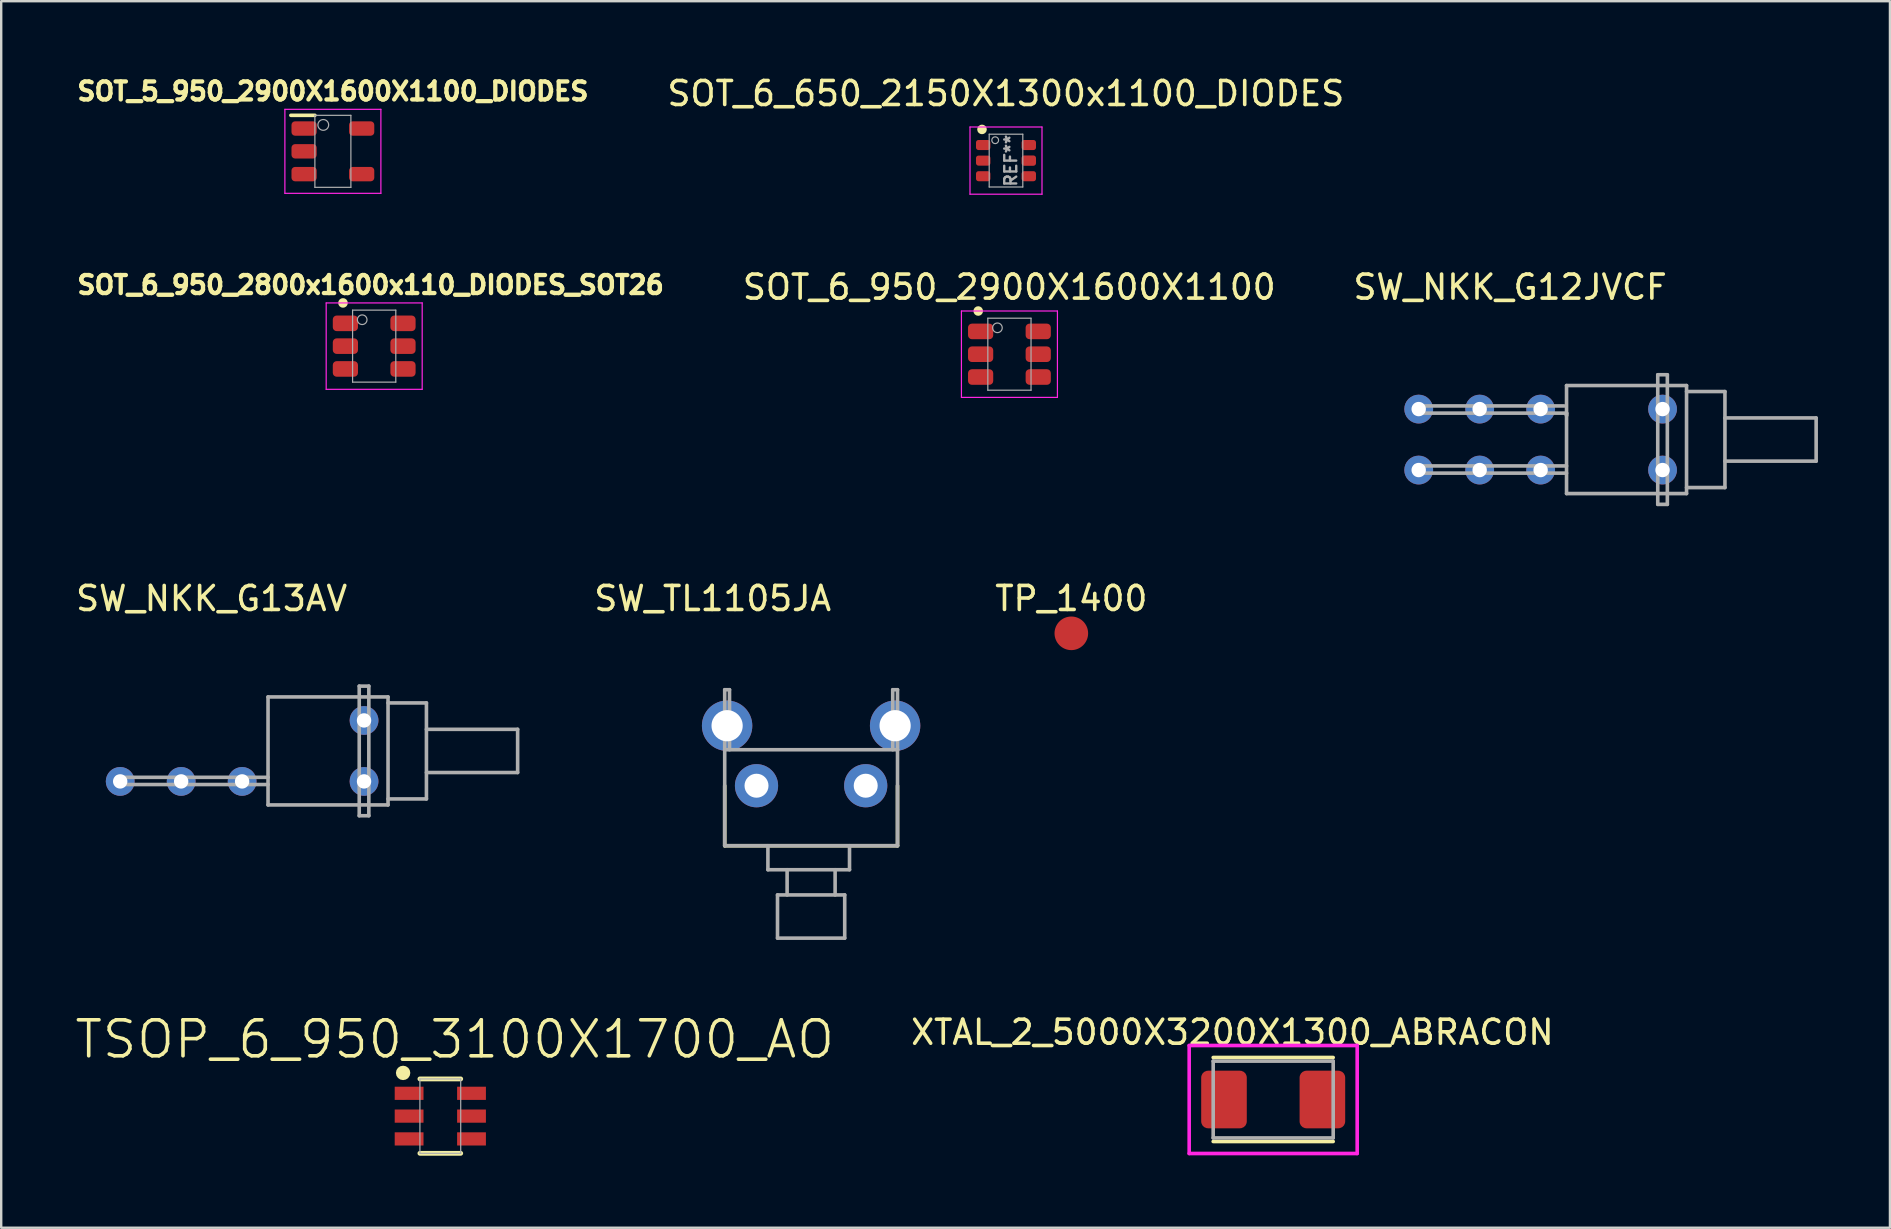
<source format=kicad_pcb>
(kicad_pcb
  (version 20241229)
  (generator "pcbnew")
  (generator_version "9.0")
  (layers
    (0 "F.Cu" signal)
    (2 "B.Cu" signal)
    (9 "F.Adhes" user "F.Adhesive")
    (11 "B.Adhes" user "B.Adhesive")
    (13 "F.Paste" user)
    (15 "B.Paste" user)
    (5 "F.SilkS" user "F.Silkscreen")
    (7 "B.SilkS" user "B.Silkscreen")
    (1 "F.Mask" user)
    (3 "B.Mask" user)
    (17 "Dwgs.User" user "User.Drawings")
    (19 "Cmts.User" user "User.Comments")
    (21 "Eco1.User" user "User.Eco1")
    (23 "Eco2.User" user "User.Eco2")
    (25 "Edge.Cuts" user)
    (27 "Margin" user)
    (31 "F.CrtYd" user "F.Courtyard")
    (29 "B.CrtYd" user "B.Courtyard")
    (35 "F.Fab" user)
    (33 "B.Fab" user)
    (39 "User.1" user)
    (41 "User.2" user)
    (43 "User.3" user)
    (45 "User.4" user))
  (footprint "SOT_6_950_2900X1600X1100"
    (layer "F.Cu")
    (at 39.009 11.709)
    (property "Reference" "SOT_6_950_2900X1600X1100" (at -0.006 -2.794 0) (layer "F.SilkS") (effects (font (size 1 1) (thickness 0.15))))
    (attr smd)
    (fp_circle (center -1.3 -1.8) (end -1.2 -1.8) (stroke (width 0.2) (type solid)) (fill no) (layer "F.SilkS"))
    (fp_line (start -2 -1.8) (end 2 -1.8) (stroke (width 0.05) (type solid)) (layer "F.CrtYd"))
    (fp_line (start -2 1.8) (end -2 -1.8) (stroke (width 0.05) (type solid)) (layer "F.CrtYd"))
    (fp_line (start 2 -1.8) (end 2 1.8) (stroke (width 0.05) (type solid)) (layer "F.CrtYd"))
    (fp_line (start 2 1.8) (end -2 1.8) (stroke (width 0.05) (type solid)) (layer "F.CrtYd"))
    (fp_line (start -0.9 -1.5) (end 0.9 -1.5) (stroke (width 0.05) (type solid)) (layer "F.Fab"))
    (fp_line (start -0.9 1.5) (end -0.9 -1.5) (stroke (width 0.05) (type solid)) (layer "F.Fab"))
    (fp_line (start 0.9 -1.5) (end 0.9 1.5) (stroke (width 0.05) (type solid)) (layer "F.Fab"))
    (fp_line (start 0.9 1.5) (end -0.9 1.5) (stroke (width 0.05) (type solid)) (layer "F.Fab"))
    (fp_circle (center -0.5 -1.1) (end -0.3 -1.1) (stroke (width 0.05) (type solid)) (fill no) (layer "F.Fab"))
    (pad "1" smd roundrect (at -1.2 -0.95 270) (size 0.65 1.05) (layers "F.Cu" "F.Mask" "F.Paste") (roundrect_rratio 0.25))
    (pad "2" smd roundrect (at -1.2 0 270) (size 0.65 1.05) (layers "F.Cu" "F.Mask" "F.Paste") (roundrect_rratio 0.25))
    (pad "3" smd roundrect (at -1.2 0.95 270) (size 0.65 1.05) (layers "F.Cu" "F.Mask" "F.Paste") (roundrect_rratio 0.25))
    (pad "4" smd roundrect (at 1.2 0.95 270) (size 0.65 1.05) (layers "F.Cu" "F.Mask" "F.Paste") (roundrect_rratio 0.25))
    (pad "5" smd roundrect (at 1.2 0 270) (size 0.65 1.05) (layers "F.Cu" "F.Mask" "F.Paste") (roundrect_rratio 0.25))
    (pad "6" smd roundrect (at 1.2 -0.95 270) (size 0.65 1.05) (layers "F.Cu" "F.Mask" "F.Paste") (roundrect_rratio 0.25)))
  (footprint "SOT_5_950_2900X1600X1100_DIODES"
    (layer "F.Cu")
    (at 10.82 3.255)
    (property "Reference" "SOT_5_950_2900X1600X1100_DIODES" (at 0 -2.5 180) (layer "F.SilkS") (effects (font (size 0.75 0.75) (thickness 0.18))))
    (attr through_hole)
    (fp_line (start -1.75 -1.5) (end -0.75 -1.5) (stroke (width 0.15) (type solid)) (layer "F.SilkS"))
    (fp_line (start -2 -1.75) (end -2 1.75) (stroke (width 0.05) (type solid)) (layer "F.CrtYd"))
    (fp_line (start -2 1.75) (end 2 1.75) (stroke (width 0.05) (type solid)) (layer "F.CrtYd"))
    (fp_line (start 2 -1.75) (end -2 -1.75) (stroke (width 0.05) (type solid)) (layer "F.CrtYd"))
    (fp_line (start 2 1.75) (end 2 -1.75) (stroke (width 0.05) (type solid)) (layer "F.CrtYd"))
    (fp_line (start -0.75 -1.5) (end -0.75 1.5) (stroke (width 0.05) (type solid)) (layer "F.Fab"))
    (fp_line (start -0.75 1.5) (end 0.75 1.5) (stroke (width 0.05) (type solid)) (layer "F.Fab"))
    (fp_line (start 0.75 -1.5) (end -0.75 -1.5) (stroke (width 0.05) (type solid)) (layer "F.Fab"))
    (fp_line (start 0.75 1.5) (end 0.75 -1.5) (stroke (width 0.05) (type solid)) (layer "F.Fab"))
    (fp_circle (center -0.4 -1.1) (end -0.176 -1.1) (stroke (width 0.05) (type solid)) (fill no) (layer "F.Fab"))
    (pad "1" smd roundrect (at -1.2 -0.95 90) (size 0.6 1.05) (layers "F.Cu" "F.Mask" "F.Paste") (roundrect_rratio 0.25))
    (pad "2" smd roundrect (at -1.2 0 90) (size 0.6 1.05) (layers "F.Cu" "F.Mask" "F.Paste") (roundrect_rratio 0.25))
    (pad "3" smd roundrect (at -1.2 0.95 90) (size 0.6 1.05) (layers "F.Cu" "F.Mask" "F.Paste") (roundrect_rratio 0.25))
    (pad "4" smd roundrect (at 1.2 0.95 90) (size 0.6 1.05) (layers "F.Cu" "F.Mask" "F.Paste") (roundrect_rratio 0.25))
    (pad "5" smd roundrect (at 1.2 -0.95 90) (size 0.6 1.05) (layers "F.Cu" "F.Mask" "F.Paste") (roundrect_rratio 0.25)))
  (footprint "SOT_6_650_2150X1300x1100_DIODES"
    (layer "F.Cu")
    (at 38.866 3.642)
    (property "Reference" "SOT_6_650_2150X1300x1100_DIODES" (at -0.006 -2.794 0) (layer "F.SilkS") (effects (font (size 1 1) (thickness 0.15))))
    (attr smd)
    (fp_circle (center -1 -1.3) (end -0.9 -1.3) (stroke (width 0.2) (type solid)) (fill no) (layer "F.SilkS"))
    (fp_line (start -1.5 -1.4) (end 1.5 -1.4) (stroke (width 0.05) (type solid)) (layer "F.CrtYd"))
    (fp_line (start -1.5 1.4) (end -1.5 -1.4) (stroke (width 0.05) (type solid)) (layer "F.CrtYd"))
    (fp_line (start 1.5 -1.4) (end 1.5 1.4) (stroke (width 0.05) (type solid)) (layer "F.CrtYd"))
    (fp_line (start 1.5 1.4) (end -1.5 1.4) (stroke (width 0.05) (type solid)) (layer "F.CrtYd"))
    (fp_line (start -0.7 -1.1) (end 0.7 -1.1) (stroke (width 0.05) (type solid)) (layer "F.Fab"))
    (fp_line (start -0.7 1.1) (end -0.7 -1.1) (stroke (width 0.05) (type solid)) (layer "F.Fab"))
    (fp_line (start 0.7 -1.1) (end 0.7 1.1) (stroke (width 0.05) (type solid)) (layer "F.Fab"))
    (fp_line (start 0.7 1.1) (end -0.7 1.1) (stroke (width 0.05) (type solid)) (layer "F.Fab"))
    (fp_circle (center -0.45 -0.85) (end -0.35 -0.75) (stroke (width 0.05) (type solid)) (fill no) (layer "F.Fab"))
    (fp_text user "REF**" (at 0.2 0 90) (layer "F.Fab") (effects (font (size 0.5 0.5) (thickness 0.1))))
    (pad "1" smd roundrect (at -0.95 -0.65 270) (size 0.42 0.6) (layers "F.Cu" "F.Mask" "F.Paste") (roundrect_rratio 0.25))
    (pad "2" smd roundrect (at -0.95 0 270) (size 0.42 0.6) (layers "F.Cu" "F.Mask" "F.Paste") (roundrect_rratio 0.25))
    (pad "3" smd roundrect (at -0.95 0.65 270) (size 0.42 0.6) (layers "F.Cu" "F.Mask" "F.Paste") (roundrect_rratio 0.25))
    (pad "4" smd roundrect (at 0.95 0.65 270) (size 0.42 0.6) (layers "F.Cu" "F.Mask" "F.Paste") (roundrect_rratio 0.25))
    (pad "5" smd roundrect (at 0.95 0 270) (size 0.43 0.6) (layers "F.Cu" "F.Mask" "F.Paste") (roundrect_rratio 0.25))
    (pad "6" smd roundrect (at 0.95 -0.65 270) (size 0.42 0.6) (layers "F.Cu" "F.Mask" "F.Paste") (roundrect_rratio 0.25)))
  (footprint "SW_NKK_G13AV"
    (layer "F.Cu")
    (at 12.118 28.238)
    (property "Reference" "SW_NKK_G13AV" (at -6.35 -6.35 0) (layer "F.SilkS") (effects (font (size 1 1) (thickness 0.15))))
    (attr through_hole)
    (fp_line (start -10.3 1.1) (end -10.3 1.4) (stroke (width 0.15) (type solid)) (layer "F.Fab"))
    (fp_line (start -10.3 1.4) (end -4 1.4) (stroke (width 0.15) (type solid)) (layer "F.Fab"))
    (fp_line (start -4 -2.25) (end 1 -2.25) (stroke (width 0.15) (type solid)) (layer "F.Fab"))
    (fp_line (start -4 1.1) (end -10.3 1.1) (stroke (width 0.15) (type solid)) (layer "F.Fab"))
    (fp_line (start -4 2.25) (end -4 -2.25) (stroke (width 0.15) (type solid)) (layer "F.Fab"))
    (fp_line (start -0.2 -2.7) (end 0.2 -2.7) (stroke (width 0.15) (type solid)) (layer "F.Fab"))
    (fp_line (start -0.2 2.7) (end -0.2 -2.7) (stroke (width 0.15) (type solid)) (layer "F.Fab"))
    (fp_line (start 0.2 -2.7) (end 0.2 2.7) (stroke (width 0.15) (type solid)) (layer "F.Fab"))
    (fp_line (start 0.2 2.7) (end -0.2 2.7) (stroke (width 0.15) (type solid)) (layer "F.Fab"))
    (fp_line (start 1 -2.25) (end 1 2.25) (stroke (width 0.15) (type solid)) (layer "F.Fab"))
    (fp_line (start 1 -2) (end 2.6 -2) (stroke (width 0.15) (type solid)) (layer "F.Fab"))
    (fp_line (start 1 2.25) (end -4 2.25) (stroke (width 0.15) (type solid)) (layer "F.Fab"))
    (fp_line (start 2.6 -2) (end 2.6 2) (stroke (width 0.15) (type solid)) (layer "F.Fab"))
    (fp_line (start 2.6 -0.9) (end 6.4 -0.9) (stroke (width 0.15) (type solid)) (layer "F.Fab"))
    (fp_line (start 2.6 2) (end 1 2) (stroke (width 0.15) (type solid)) (layer "F.Fab"))
    (fp_line (start 6.4 -0.9) (end 6.4 0.9) (stroke (width 0.15) (type solid)) (layer "F.Fab"))
    (fp_line (start 6.4 0.9) (end 2.6 0.9) (stroke (width 0.15) (type solid)) (layer "F.Fab"))
    (pad "4" thru_hole circle (at -10.16 1.27) (size 1.2 1.2) (drill 0.6) (layers "*.Cu" "*.Mask"))
    (pad "5" thru_hole circle (at -7.62 1.27) (size 1.2 1.2) (drill 0.6) (layers "*.Cu" "*.Mask"))
    (pad "6" thru_hole circle (at -5.08 1.27) (size 1.2 1.2) (drill 0.6) (layers "*.Cu" "*.Mask"))
    (pad "M1" thru_hole circle (at 0 -1.27) (size 1.2 1.2) (drill 0.6) (layers "*.Cu" "*.Mask"))
    (pad "M2" thru_hole circle (at 0 1.27) (size 1.2 1.2) (drill 0.6) (layers "*.Cu" "*.Mask")))
  (footprint "TP_1400"
    (layer "F.Cu")
    (at 41.588 23.588)
    (property "Reference" "TP_1400" (at 0 -1.7 0) (layer "F.SilkS") (effects (font (size 1 1) (thickness 0.15))))
    (attr through_hole)
    (pad "1" smd circle (at 0 -0.25) (size 1.4 1.4) (layers "F.Cu" "F.Mask" "F.Paste")))
  (footprint "TSOP_6_950_3100X1700_AO"
    (layer "F.Cu")
    (at 15.296 43.454)
    (property "Reference" "TSOP_6_950_3100X1700_AO" (at 0.6 -3.2 0) (layer "F.SilkS") (effects (font (size 1.5 1.5) (thickness 0.15))))
    (attr through_hole)
    (fp_line (start -0.85 -1.55) (end 0.85 -1.55) (stroke (width 0.2) (type solid)) (layer "F.SilkS"))
    (fp_line (start -0.85 1.55) (end 0.85 1.55) (stroke (width 0.2) (type solid)) (layer "F.SilkS"))
    (fp_circle (center -1.55 -1.8) (end -1.4 -1.8) (stroke (width 0.3) (type solid)) (fill no) (layer "F.SilkS"))
    (fp_line (start -0.85 -1.55) (end 0.85 -1.55) (stroke (width 0.05) (type solid)) (layer "F.Fab"))
    (fp_line (start -0.85 1.55) (end -0.85 -1.55) (stroke (width 0.05) (type solid)) (layer "F.Fab"))
    (fp_line (start 0.85 -1.55) (end 0.85 1.55) (stroke (width 0.05) (type solid)) (layer "F.Fab"))
    (fp_line (start 0.85 1.55) (end -0.85 1.55) (stroke (width 0.05) (type solid)) (layer "F.Fab"))
    (pad "1" smd rect (at -1.3 -0.95) (size 1.2 0.55) (layers "F.Cu" "F.Mask" "F.Paste"))
    (pad "2" smd rect (at -1.3 0) (size 1.2 0.55) (layers "F.Cu" "F.Mask" "F.Paste"))
    (pad "3" smd rect (at -1.3 0.95) (size 1.2 0.55) (layers "F.Cu" "F.Mask" "F.Paste"))
    (pad "4" smd rect (at 1.3 0.95) (size 1.2 0.55) (layers "F.Cu" "F.Mask" "F.Paste"))
    (pad "5" smd rect (at 1.3 0) (size 1.2 0.55) (layers "F.Cu" "F.Mask" "F.Paste"))
    (pad "6" smd rect (at 1.3 -0.95) (size 1.2 0.55) (layers "F.Cu" "F.Mask" "F.Paste")))
  (footprint "XTAL_2_5000X3200X1300_ABRACON"
    (layer "F.Cu")
    (at 49.999 42.762)
    (property "Reference" "XTAL_2_5000X3200X1300_ABRACON" (at -1.7 -2.8 0) (layer "F.SilkS") (effects (font (size 1 1) (thickness 0.15))))
    (attr through_hole)
    (fp_line (start -2.5 -1.75) (end 2.5 -1.75) (stroke (width 0.15) (type solid)) (layer "F.SilkS"))
    (fp_line (start 2.5 1.75) (end -2.5 1.75) (stroke (width 0.15) (type solid)) (layer "F.SilkS"))
    (fp_line (start -3.5 -2.25) (end -3.5 2.25) (stroke (width 0.15) (type solid)) (layer "F.CrtYd"))
    (fp_line (start -3.5 2.25) (end 3.5 2.25) (stroke (width 0.15) (type solid)) (layer "F.CrtYd"))
    (fp_line (start 3.5 -2.25) (end -3.5 -2.25) (stroke (width 0.15) (type solid)) (layer "F.CrtYd"))
    (fp_line (start 3.5 2.25) (end 3.5 -2.25) (stroke (width 0.15) (type solid)) (layer "F.CrtYd"))
    (fp_line (start -2.5 -1.6) (end 2.5 -1.6) (stroke (width 0.15) (type solid)) (layer "F.Fab"))
    (fp_line (start -2.5 1.6) (end -2.5 -1.6) (stroke (width 0.15) (type solid)) (layer "F.Fab"))
    (fp_line (start 2.5 -1.6) (end 2.5 1.6) (stroke (width 0.15) (type solid)) (layer "F.Fab"))
    (fp_line (start 2.5 1.6) (end -2.5 1.6) (stroke (width 0.15) (type solid)) (layer "F.Fab"))
    (pad "1" smd roundrect (at -2.05 0) (size 1.9 2.4) (layers "F.Cu" "F.Mask" "F.Paste") (roundrect_rratio 0.15))
    (pad "2" smd roundrect (at 2.05 0) (size 1.9 2.4) (layers "F.Cu" "F.Mask" "F.Paste") (roundrect_rratio 0.15)))
  (footprint "SOT_6_950_2800x1600x110_DIODES_SOT26"
    (layer "F.Cu")
    (at 12.541 11.372)
    (property "Reference" "SOT_6_950_2800x1600x110_DIODES_SOT26" (at -0.15 -2.55 0) (layer "F.SilkS") (effects (font (size 0.75 0.75) (thickness 0.18))))
    (attr smd)
    (fp_circle (center -1.3 -1.8) (end -1.2 -1.8) (stroke (width 0.2) (type solid)) (fill no) (layer "F.SilkS"))
    (fp_line (start -2 -1.8) (end 2 -1.8) (stroke (width 0.05) (type solid)) (layer "F.CrtYd"))
    (fp_line (start -2 1.8) (end -2 -1.8) (stroke (width 0.05) (type solid)) (layer "F.CrtYd"))
    (fp_line (start 2 -1.8) (end 2 1.8) (stroke (width 0.05) (type solid)) (layer "F.CrtYd"))
    (fp_line (start 2 1.8) (end -2 1.8) (stroke (width 0.05) (type solid)) (layer "F.CrtYd"))
    (fp_line (start -0.9 -1.5) (end 0.9 -1.5) (stroke (width 0.05) (type solid)) (layer "F.Fab"))
    (fp_line (start -0.9 1.5) (end -0.9 -1.5) (stroke (width 0.05) (type solid)) (layer "F.Fab"))
    (fp_line (start 0.9 -1.5) (end 0.9 1.5) (stroke (width 0.05) (type solid)) (layer "F.Fab"))
    (fp_line (start 0.9 1.5) (end -0.9 1.5) (stroke (width 0.05) (type solid)) (layer "F.Fab"))
    (fp_circle (center -0.5 -1.1) (end -0.3 -1.1) (stroke (width 0.05) (type solid)) (fill no) (layer "F.Fab"))
    (pad "1" smd roundrect (at -1.2 -0.95 270) (size 0.65 1.05) (layers "F.Cu" "F.Mask" "F.Paste") (roundrect_rratio 0.25))
    (pad "2" smd roundrect (at -1.2 0 270) (size 0.65 1.05) (layers "F.Cu" "F.Mask" "F.Paste") (roundrect_rratio 0.25))
    (pad "3" smd roundrect (at -1.2 0.95 270) (size 0.65 1.05) (layers "F.Cu" "F.Mask" "F.Paste") (roundrect_rratio 0.25))
    (pad "4" smd roundrect (at 1.2 0.95 270) (size 0.65 1.05) (layers "F.Cu" "F.Mask" "F.Paste") (roundrect_rratio 0.25))
    (pad "5" smd roundrect (at 1.2 0 270) (size 0.65 1.05) (layers "F.Cu" "F.Mask" "F.Paste") (roundrect_rratio 0.25))
    (pad "6" smd roundrect (at 1.2 -0.95 270) (size 0.65 1.05) (layers "F.Cu" "F.Mask" "F.Paste") (roundrect_rratio 0.25)))
  (footprint "SW_NKK_G12JVCF"
    (layer "F.Cu")
    (at 66.222 15.265)
    (property "Reference" "SW_NKK_G12JVCF" (at -6.35 -6.35 0) (layer "F.SilkS") (effects (font (size 1 1) (thickness 0.15))))
    (attr through_hole)
    (fp_line (start -10.3 -1.4) (end -10.3 -1.1) (stroke (width 0.15) (type solid)) (layer "F.Fab"))
    (fp_line (start -10.3 -1.1) (end -4 -1.1) (stroke (width 0.15) (type solid)) (layer "F.Fab"))
    (fp_line (start -10.3 1.1) (end -10.3 1.4) (stroke (width 0.15) (type solid)) (layer "F.Fab"))
    (fp_line (start -10.3 1.4) (end -4 1.4) (stroke (width 0.15) (type solid)) (layer "F.Fab"))
    (fp_line (start -4.1 -1.4) (end -10.3 -1.4) (stroke (width 0.15) (type solid)) (layer "F.Fab"))
    (fp_line (start -4 -2.25) (end 1 -2.25) (stroke (width 0.15) (type solid)) (layer "F.Fab"))
    (fp_line (start -4 -1.1) (end -4 -1) (stroke (width 0.15) (type solid)) (layer "F.Fab"))
    (fp_line (start -4 -1) (end -4 -1.1) (stroke (width 0.15) (type solid)) (layer "F.Fab"))
    (fp_line (start -4 1.1) (end -10.3 1.1) (stroke (width 0.15) (type solid)) (layer "F.Fab"))
    (fp_line (start -4 2.25) (end -4 -2.25) (stroke (width 0.15) (type solid)) (layer "F.Fab"))
    (fp_line (start -0.2 -2.7) (end 0.2 -2.7) (stroke (width 0.15) (type solid)) (layer "F.Fab"))
    (fp_line (start -0.2 2.7) (end -0.2 -2.7) (stroke (width 0.15) (type solid)) (layer "F.Fab"))
    (fp_line (start 0.2 -2.7) (end 0.2 2.7) (stroke (width 0.15) (type solid)) (layer "F.Fab"))
    (fp_line (start 0.2 2.7) (end -0.2 2.7) (stroke (width 0.15) (type solid)) (layer "F.Fab"))
    (fp_line (start 1 -2.25) (end 1 2.25) (stroke (width 0.15) (type solid)) (layer "F.Fab"))
    (fp_line (start 1 -2) (end 2.6 -2) (stroke (width 0.15) (type solid)) (layer "F.Fab"))
    (fp_line (start 1 2.25) (end -4 2.25) (stroke (width 0.15) (type solid)) (layer "F.Fab"))
    (fp_line (start 2.6 -2) (end 2.6 2) (stroke (width 0.15) (type solid)) (layer "F.Fab"))
    (fp_line (start 2.6 -0.9) (end 6.4 -0.9) (stroke (width 0.15) (type solid)) (layer "F.Fab"))
    (fp_line (start 2.6 2) (end 1 2) (stroke (width 0.15) (type solid)) (layer "F.Fab"))
    (fp_line (start 6.4 -0.9) (end 6.4 0.9) (stroke (width 0.15) (type solid)) (layer "F.Fab"))
    (fp_line (start 6.4 0.9) (end 2.6 0.9) (stroke (width 0.15) (type solid)) (layer "F.Fab"))
    (pad "1" thru_hole circle (at -10.16 -1.27) (size 1.2 1.2) (drill 0.6) (layers "*.Cu" "*.Mask"))
    (pad "2" thru_hole circle (at -7.62 -1.27) (size 1.2 1.2) (drill 0.6) (layers "*.Cu" "*.Mask"))
    (pad "3" thru_hole circle (at -5.08 -1.27) (size 1.2 1.2) (drill 0.6) (layers "*.Cu" "*.Mask"))
    (pad "4" thru_hole circle (at -10.16 1.27) (size 1.2 1.2) (drill 0.6) (layers "*.Cu" "*.Mask"))
    (pad "5" thru_hole circle (at -7.62 1.27) (size 1.2 1.2) (drill 0.6) (layers "*.Cu" "*.Mask"))
    (pad "6" thru_hole circle (at -5.08 1.27) (size 1.2 1.2) (drill 0.6) (layers "*.Cu" "*.Mask"))
    (pad "M1" thru_hole circle (at 0 -1.27) (size 1.2 1.2) (drill 0.6) (layers "*.Cu" "*.Mask"))
    (pad "M2" thru_hole circle (at 0 1.27) (size 1.2 1.2) (drill 0.6) (layers "*.Cu" "*.Mask")))
  (footprint "SW_TL1105JA"
    (layer "F.Cu")
    (at 30.746 29.688)
    (property "Reference" "SW_TL1105JA" (at -4.1 -7.8 0) (layer "F.SilkS") (effects (font (size 1 1) (thickness 0.15))))
    (attr through_hole)
    (fp_line (start -3.6 0) (end -3.6 2.5) (stroke (width 0.15) (type solid)) (layer "F.SilkS"))
    (fp_line (start -3.6 2.5) (end 3.6 2.5) (stroke (width 0.15) (type solid)) (layer "F.SilkS"))
    (fp_line (start 3.6 2.5) (end 3.6 0) (stroke (width 0.15) (type solid)) (layer "F.SilkS"))
    (fp_line (start -3.6 -4) (end -3.4 -4) (stroke (width 0.15) (type solid)) (layer "F.Fab"))
    (fp_line (start -3.6 -1.5) (end -3.6 -4) (stroke (width 0.15) (type solid)) (layer "F.Fab"))
    (fp_line (start -3.6 -1.5) (end -3.6 2.5) (stroke (width 0.15) (type solid)) (layer "F.Fab"))
    (fp_line (start -3.6 2.5) (end 3.6 2.5) (stroke (width 0.15) (type solid)) (layer "F.Fab"))
    (fp_line (start -3.4 -4) (end -3.4 -1.5) (stroke (width 0.15) (type solid)) (layer "F.Fab"))
    (fp_line (start -1.8 2.5) (end -1.8 3.5) (stroke (width 0.15) (type solid)) (layer "F.Fab"))
    (fp_line (start -1.8 3.5) (end 1.6 3.5) (stroke (width 0.15) (type solid)) (layer "F.Fab"))
    (fp_line (start -1.4 4.55) (end -1.4 6.35) (stroke (width 0.15) (type solid)) (layer "F.Fab"))
    (fp_line (start -1.4 6.35) (end 1.4 6.35) (stroke (width 0.15) (type solid)) (layer "F.Fab"))
    (fp_line (start -1 4.55) (end -1 3.5) (stroke (width 0.15) (type solid)) (layer "F.Fab"))
    (fp_line (start 1 4.55) (end 1 3.5) (stroke (width 0.15) (type solid)) (layer "F.Fab"))
    (fp_line (start 1.4 4.55) (end -1.4 4.55) (stroke (width 0.15) (type solid)) (layer "F.Fab"))
    (fp_line (start 1.4 6.35) (end 1.4 4.55) (stroke (width 0.15) (type solid)) (layer "F.Fab"))
    (fp_line (start 1.6 3.5) (end 1.6 2.5) (stroke (width 0.15) (type solid)) (layer "F.Fab"))
    (fp_line (start 3.4 -4) (end 3.4 -1.5) (stroke (width 0.15) (type solid)) (layer "F.Fab"))
    (fp_line (start 3.6 -4) (end 3.4 -4) (stroke (width 0.15) (type solid)) (layer "F.Fab"))
    (fp_line (start 3.6 -1.5) (end -3.6 -1.5) (stroke (width 0.15) (type solid)) (layer "F.Fab"))
    (fp_line (start 3.6 -1.5) (end 3.6 -4) (stroke (width 0.15) (type solid)) (layer "F.Fab"))
    (fp_line (start 3.6 2.5) (end 3.6 -1.5) (stroke (width 0.15) (type solid)) (layer "F.Fab"))
    (pad "1" thru_hole circle (at -2.275 0 90) (size 1.8 1.8) (drill 1) (layers "*.Cu" "*.Mask"))
    (pad "2" thru_hole circle (at 2.275 0 90) (size 1.8 1.8) (drill 1) (layers "*.Cu" "*.Mask"))
    (pad "M1" thru_hole circle (at -3.5 -2.5 90) (size 2.1 2.1) (drill 1.3) (layers "*.Cu" "*.Mask"))
    (pad "M2" thru_hole circle (at 3.5 -2.5 90) (size 2.1 2.1) (drill 1.3) (layers "*.Cu" "*.Mask")))
  (gr_rect
    (start -3 -3)
    (end 75.697 48.104)
    (stroke (width 0.1) (type default))
    (fill no)
    (layer "Edge.Cuts")))
</source>
